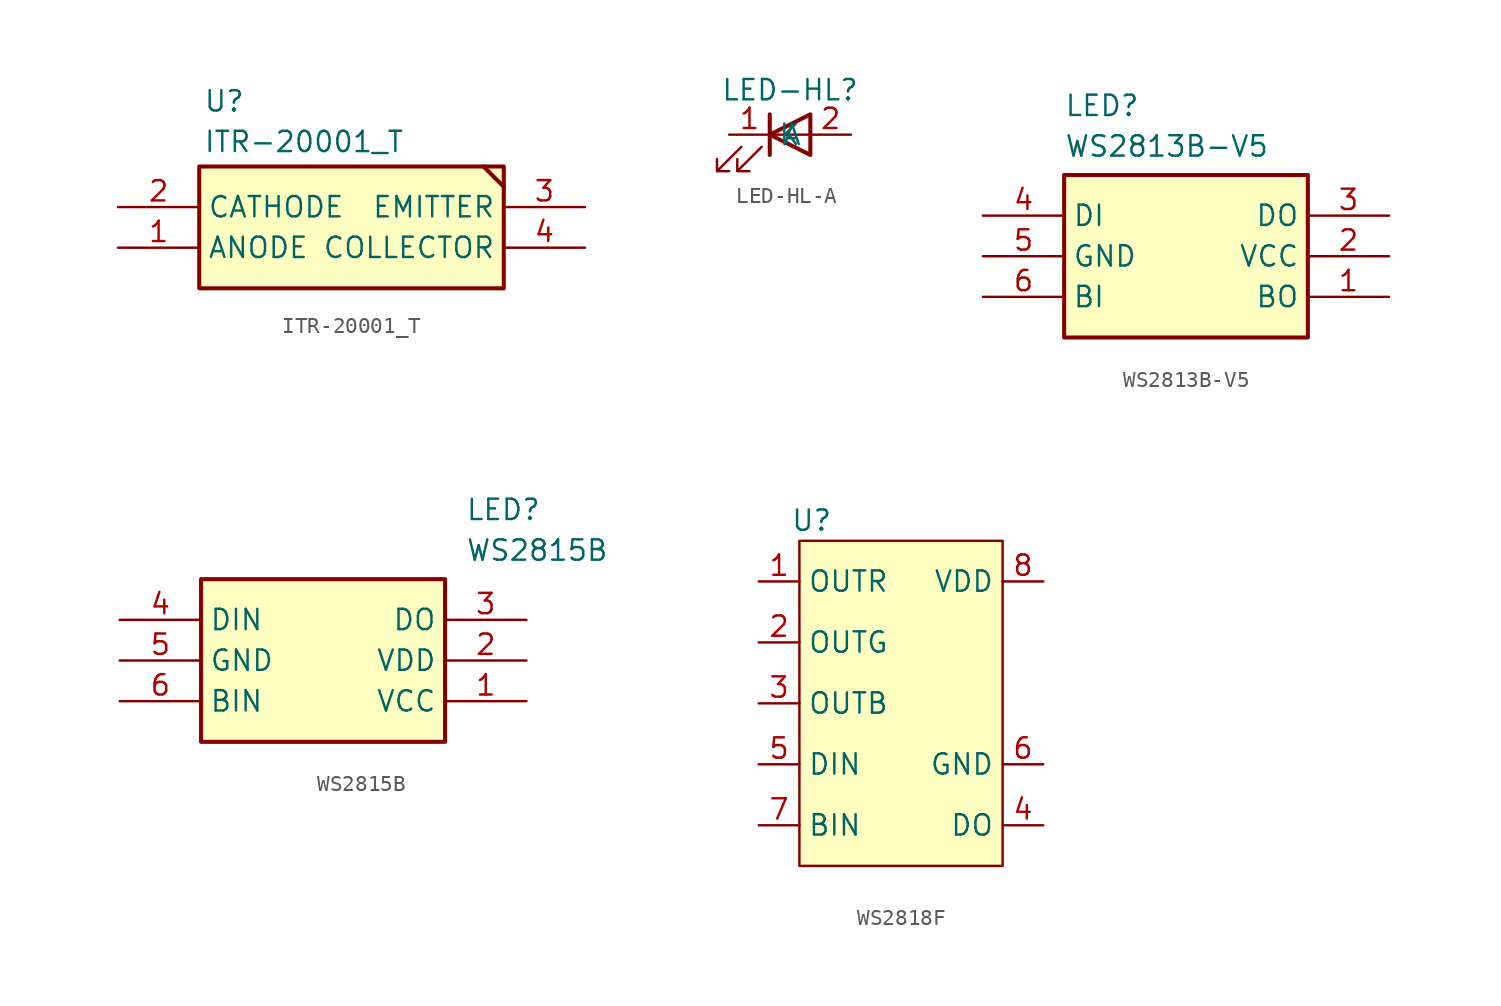
<source format=kicad_sym>
(kicad_symbol_lib
  (version 20241209)
  (generator "kicad_symbol_editor")
  (generator_version "9.0")
  (symbol "ITR-20001_T"
    (property "Reference" "U"
      (at 5.334 7.366 0)
      (effects (font (size 1.27 1.27)) (justify left top)))
    (property "Value" "ITR-20001_T"
      (at 5.334 4.826 0)
      (effects (font (size 1.27 1.27)) (justify left top)))
    (symbol "ITR-20001_T_1_1"
      (rectangle (start 5.08 2.54) (end 24.13 -5.08) (stroke (width 0.254) (type default)) (fill (type background)))
      (polyline (pts (xy 24.13 1.27) (xy 22.86 2.54)) (stroke (width 0.254) (type solid)) (fill (type none)))
      (pin passive line (at 0 0 0) (length 5.08) (name "CATHODE" (effects (font (size 1.27 1.27)))) (number "2" (effects (font (size 1.27 1.27)))))
      (pin passive line (at 0 -2.54 0) (length 5.08) (name "ANODE" (effects (font (size 1.27 1.27)))) (number "1" (effects (font (size 1.27 1.27)))))
      (pin passive line (at 29.21 0 180) (length 5.08) (name "EMITTER" (effects (font (size 1.27 1.27)))) (number "3" (effects (font (size 1.27 1.27)))))
      (pin passive line (at 29.21 -2.54 180) (length 5.08) (name "COLLECTOR" (effects (font (size 1.27 1.27)))) (number "4" (effects (font (size 1.27 1.27)))))))
  (symbol "LED-HL-A"
    (property "Reference" "LED-HL"
      (at 0 2.794 0)
      (effects (font (size 1.27 1.27))))
    (property "Value" ""
      (at 0 0 0)
      (effects (font (size 1.27 1.27))))
    (symbol "LED-HL-A_0_1"
      (polyline (pts (xy -3.048 -0.762) (xy -4.572 -2.286) (xy -3.81 -2.286) (xy -4.572 -2.286) (xy -4.572 -1.524)) (stroke (width 0) (type default)) (fill (type none)))
      (polyline (pts (xy -1.778 -0.762) (xy -3.302 -2.286) (xy -2.54 -2.286) (xy -3.302 -2.286) (xy -3.302 -1.524)) (stroke (width 0) (type default)) (fill (type none)))
      (polyline (pts (xy -1.27 0) (xy 1.27 0)) (stroke (width 0) (type default)) (fill (type none)))
      (polyline (pts (xy -1.27 -1.27) (xy -1.27 1.27)) (stroke (width 0.254) (type default)) (fill (type none)))
      (polyline (pts (xy 1.27 -1.27) (xy 1.27 1.27) (xy -1.27 0) (xy 1.27 -1.27)) (stroke (width 0.254) (type default)) (fill (type none))))
    (symbol "LED-HL-A_1_1"
      (pin passive line (at -3.81 0 0) (length 2.54) (name "K" (effects (font (size 1.27 1.27)))) (number "1" (effects (font (size 1.27 1.27)))))
      (pin passive line (at 3.81 0 180) (length 2.54) (name "A" (effects (font (size 1.27 1.27)))) (number "2" (effects (font (size 1.27 1.27)))))))
  (symbol "WS2813B-V5"
    (property "Reference" "LED"
      (at 5.08 7.62 0)
      (effects (font (size 1.27 1.27)) (justify left top)))
    (property "Value" "WS2813B-V5"
      (at 5.08 5.08 0)
      (effects (font (size 1.27 1.27)) (justify left top)))
    (symbol "WS2813B-V5_1_1"
      (rectangle (start 5.08 2.54) (end 20.32 -7.62) (stroke (width 0.254) (type default)) (fill (type background)))
      (pin passive line (at 0 0 0) (length 5.08) (name "DI" (effects (font (size 1.27 1.27)))) (number "4" (effects (font (size 1.27 1.27)))))
      (pin passive line (at 0 -2.54 0) (length 5.08) (name "GND" (effects (font (size 1.27 1.27)))) (number "5" (effects (font (size 1.27 1.27)))))
      (pin passive line (at 0 -5.08 0) (length 5.08) (name "BI" (effects (font (size 1.27 1.27)))) (number "6" (effects (font (size 1.27 1.27)))))
      (pin passive line (at 25.4 0 180) (length 5.08) (name "DO" (effects (font (size 1.27 1.27)))) (number "3" (effects (font (size 1.27 1.27)))))
      (pin passive line (at 25.4 -2.54 180) (length 5.08) (name "VCC" (effects (font (size 1.27 1.27)))) (number "2" (effects (font (size 1.27 1.27)))))
      (pin passive line (at 25.4 -5.08 180) (length 5.08) (name "BO" (effects (font (size 1.27 1.27)))) (number "1" (effects (font (size 1.27 1.27)))))))
  (symbol "WS2815B"
    (property "Reference" "LED"
      (at 21.59 7.62 0)
      (effects (font (size 1.27 1.27)) (justify left top)))
    (property "Value" "WS2815B"
      (at 21.59 5.08 0)
      (effects (font (size 1.27 1.27)) (justify left top)))
    (symbol "WS2815B_1_1"
      (rectangle (start 5.08 2.54) (end 20.32 -7.62) (stroke (width 0.254) (type default)) (fill (type background)))
      (pin passive line (at 0 0 0) (length 5.08) (name "DIN" (effects (font (size 1.27 1.27)))) (number "4" (effects (font (size 1.27 1.27)))))
      (pin passive line (at 0 -2.54 0) (length 5.08) (name "GND" (effects (font (size 1.27 1.27)))) (number "5" (effects (font (size 1.27 1.27)))))
      (pin passive line (at 0 -5.08 0) (length 5.08) (name "BIN" (effects (font (size 1.27 1.27)))) (number "6" (effects (font (size 1.27 1.27)))))
      (pin passive line (at 25.4 0 180) (length 5.08) (name "DO" (effects (font (size 1.27 1.27)))) (number "3" (effects (font (size 1.27 1.27)))))
      (pin passive line (at 25.4 -2.54 180) (length 5.08) (name "VDD" (effects (font (size 1.27 1.27)))) (number "2" (effects (font (size 1.27 1.27)))))
      (pin passive line (at 25.4 -5.08 180) (length 5.08) (name "VCC" (effects (font (size 1.27 1.27)))) (number "1" (effects (font (size 1.27 1.27)))))))
  (symbol "WS2818F"
    (property "Reference" "U"
      (at 0.762 1.27 0)
      (effects (font (size 1.27 1.27))))
    (property "Value" ""
      (at 0 0 0)
      (effects (font (size 1.27 1.27))))
    (symbol "WS2818F_1_1"
      (rectangle (start 0 0) (end 12.7 -20.32) (stroke (width 0) (type solid)) (fill (type background)))
      (pin passive line (at -2.54 -2.54 0) (length 2.54) (name "OUTR" (effects (font (size 1.27 1.27)))) (number "1" (effects (font (size 1.27 1.27)))))
      (pin passive line (at -2.54 -6.35 0) (length 2.54) (name "OUTG" (effects (font (size 1.27 1.27)))) (number "2" (effects (font (size 1.27 1.27)))))
      (pin passive line (at -2.54 -10.16 0) (length 2.54) (name "OUTB" (effects (font (size 1.27 1.27)))) (number "3" (effects (font (size 1.27 1.27)))))
      (pin passive line (at -2.54 -13.97 0) (length 2.54) (name "DIN" (effects (font (size 1.27 1.27)))) (number "5" (effects (font (size 1.27 1.27)))))
      (pin passive line (at -2.54 -17.78 0) (length 2.54) (name "BIN" (effects (font (size 1.27 1.27)))) (number "7" (effects (font (size 1.27 1.27)))))
      (pin passive line (at 15.24 -2.54 180) (length 2.54) (name "VDD" (effects (font (size 1.27 1.27)))) (number "8" (effects (font (size 1.27 1.27)))))
      (pin passive line (at 15.24 -13.97 180) (length 2.54) (name "GND" (effects (font (size 1.27 1.27)))) (number "6" (effects (font (size 1.27 1.27)))))
      (pin passive line (at 15.24 -17.78 180) (length 2.54) (name "DO" (effects (font (size 1.27 1.27)))) (number "4" (effects (font (size 1.27 1.27))))))))
</source>
